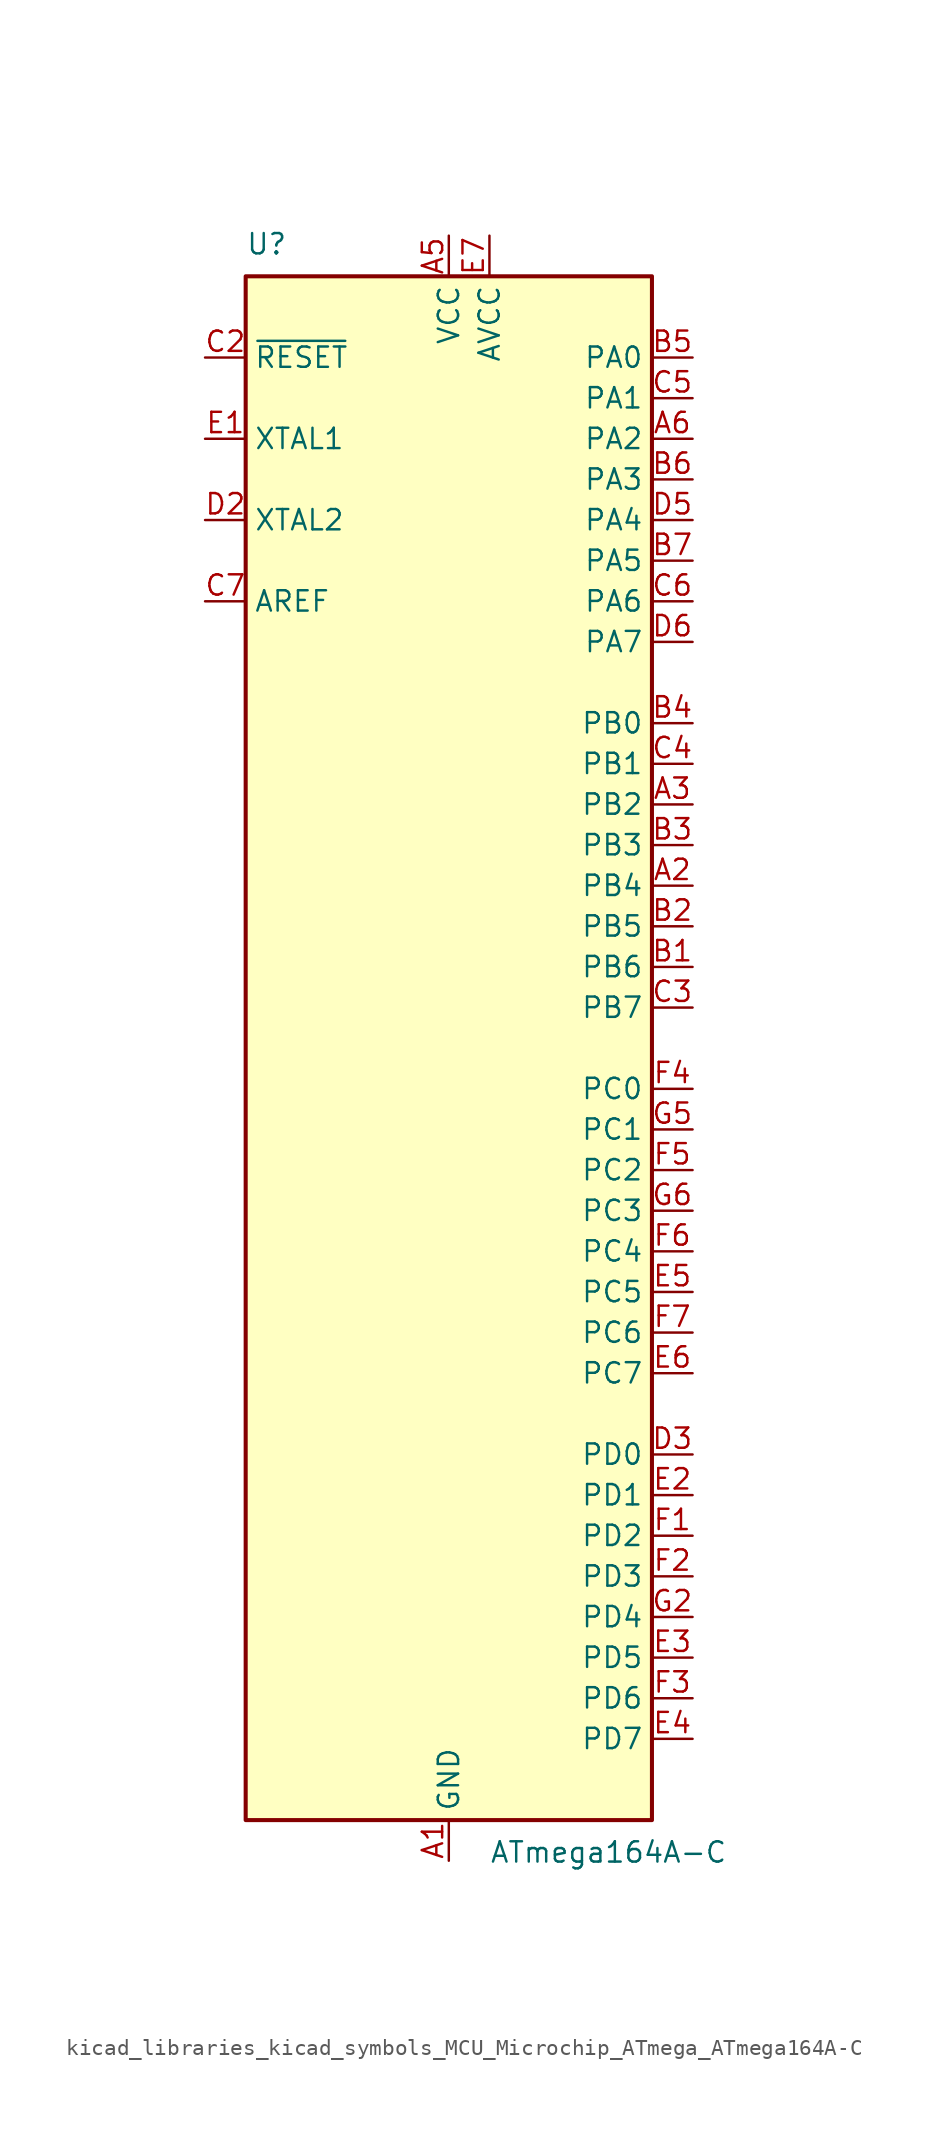
<source format=kicad_sym>
(kicad_symbol_lib
  (version 20220914)
  (generator kicad_symbol_editor)
  (symbol "kicad_libraries_kicad_symbols_MCU_Microchip_ATmega_ATmega164A-C"
    (property "Reference" "U"
      (at -12.7 49.53 0)
      (effects (font (size 1.27 1.27)) (justify left bottom)))
    (property "Value" "ATmega164A-C"
      (at 2.54 -49.53 0)
      (effects (font (size 1.27 1.27)) (justify left top)))
    (symbol "kicad_libraries_kicad_symbols_MCU_Microchip_ATmega_ATmega164A-C_0_1"
      (rectangle (start -12.7 -48.26) (end 12.7 48.26) (stroke (width 0.254) (type default)) (fill (type background))))
    (symbol "kicad_libraries_kicad_symbols_MCU_Microchip_ATmega_ATmega164A-C_1_1"
      (pin power_in line (at 0 -50.8 90) (length 2.54) (name "GND" (effects (font (size 1.27 1.27)))) (number "A1" (effects (font (size 1.27 1.27)))))
      (pin bidirectional line (at 15.24 10.16 180) (length 2.54) (name "PB4" (effects (font (size 1.27 1.27)))) (number "A2" (effects (font (size 1.27 1.27)))))
      (pin bidirectional line (at 15.24 15.24 180) (length 2.54) (name "PB2" (effects (font (size 1.27 1.27)))) (number "A3" (effects (font (size 1.27 1.27)))))
      (pin passive line (at 0 -50.8 90) (length 2.54) hide (name "GND" (effects (font (size 1.27 1.27)))) (number "A4" (effects (font (size 1.27 1.27)))))
      (pin power_in line (at 0 50.8 270) (length 2.54) (name "VCC" (effects (font (size 1.27 1.27)))) (number "A5" (effects (font (size 1.27 1.27)))))
      (pin bidirectional line (at 15.24 38.1 180) (length 2.54) (name "PA2" (effects (font (size 1.27 1.27)))) (number "A6" (effects (font (size 1.27 1.27)))))
      (pin passive line (at 0 -50.8 90) (length 2.54) hide (name "GND" (effects (font (size 1.27 1.27)))) (number "A7" (effects (font (size 1.27 1.27)))))
      (pin bidirectional line (at 15.24 5.08 180) (length 2.54) (name "PB6" (effects (font (size 1.27 1.27)))) (number "B1" (effects (font (size 1.27 1.27)))))
      (pin bidirectional line (at 15.24 7.62 180) (length 2.54) (name "PB5" (effects (font (size 1.27 1.27)))) (number "B2" (effects (font (size 1.27 1.27)))))
      (pin bidirectional line (at 15.24 12.7 180) (length 2.54) (name "PB3" (effects (font (size 1.27 1.27)))) (number "B3" (effects (font (size 1.27 1.27)))))
      (pin bidirectional line (at 15.24 20.32 180) (length 2.54) (name "PB0" (effects (font (size 1.27 1.27)))) (number "B4" (effects (font (size 1.27 1.27)))))
      (pin bidirectional line (at 15.24 43.18 180) (length 2.54) (name "PA0" (effects (font (size 1.27 1.27)))) (number "B5" (effects (font (size 1.27 1.27)))))
      (pin bidirectional line (at 15.24 35.56 180) (length 2.54) (name "PA3" (effects (font (size 1.27 1.27)))) (number "B6" (effects (font (size 1.27 1.27)))))
      (pin bidirectional line (at 15.24 30.48 180) (length 2.54) (name "PA5" (effects (font (size 1.27 1.27)))) (number "B7" (effects (font (size 1.27 1.27)))))
      (pin passive line (at 0 50.8 270) (length 2.54) hide (name "VCC" (effects (font (size 1.27 1.27)))) (number "C1" (effects (font (size 1.27 1.27)))))
      (pin input line (at -15.24 43.18 0) (length 2.54) (name "~{RESET}" (effects (font (size 1.27 1.27)))) (number "C2" (effects (font (size 1.27 1.27)))))
      (pin bidirectional line (at 15.24 2.54 180) (length 2.54) (name "PB7" (effects (font (size 1.27 1.27)))) (number "C3" (effects (font (size 1.27 1.27)))))
      (pin bidirectional line (at 15.24 17.78 180) (length 2.54) (name "PB1" (effects (font (size 1.27 1.27)))) (number "C4" (effects (font (size 1.27 1.27)))))
      (pin bidirectional line (at 15.24 40.64 180) (length 2.54) (name "PA1" (effects (font (size 1.27 1.27)))) (number "C5" (effects (font (size 1.27 1.27)))))
      (pin bidirectional line (at 15.24 27.94 180) (length 2.54) (name "PA6" (effects (font (size 1.27 1.27)))) (number "C6" (effects (font (size 1.27 1.27)))))
      (pin passive line (at -15.24 27.94 0) (length 2.54) (name "AREF" (effects (font (size 1.27 1.27)))) (number "C7" (effects (font (size 1.27 1.27)))))
      (pin passive line (at 0 -50.8 90) (length 2.54) hide (name "GND" (effects (font (size 1.27 1.27)))) (number "D1" (effects (font (size 1.27 1.27)))))
      (pin output line (at -15.24 33.02 0) (length 2.54) (name "XTAL2" (effects (font (size 1.27 1.27)))) (number "D2" (effects (font (size 1.27 1.27)))))
      (pin bidirectional line (at 15.24 -25.4 180) (length 2.54) (name "PD0" (effects (font (size 1.27 1.27)))) (number "D3" (effects (font (size 1.27 1.27)))))
      (pin passive line (at 0 -50.8 90) (length 2.54) hide (name "GND" (effects (font (size 1.27 1.27)))) (number "D4" (effects (font (size 1.27 1.27)))))
      (pin bidirectional line (at 15.24 33.02 180) (length 2.54) (name "PA4" (effects (font (size 1.27 1.27)))) (number "D5" (effects (font (size 1.27 1.27)))))
      (pin bidirectional line (at 15.24 25.4 180) (length 2.54) (name "PA7" (effects (font (size 1.27 1.27)))) (number "D6" (effects (font (size 1.27 1.27)))))
      (pin passive line (at 0 -50.8 90) (length 2.54) hide (name "GND" (effects (font (size 1.27 1.27)))) (number "D7" (effects (font (size 1.27 1.27)))))
      (pin input line (at -15.24 38.1 0) (length 2.54) (name "XTAL1" (effects (font (size 1.27 1.27)))) (number "E1" (effects (font (size 1.27 1.27)))))
      (pin bidirectional line (at 15.24 -27.94 180) (length 2.54) (name "PD1" (effects (font (size 1.27 1.27)))) (number "E2" (effects (font (size 1.27 1.27)))))
      (pin bidirectional line (at 15.24 -38.1 180) (length 2.54) (name "PD5" (effects (font (size 1.27 1.27)))) (number "E3" (effects (font (size 1.27 1.27)))))
      (pin bidirectional line (at 15.24 -43.18 180) (length 2.54) (name "PD7" (effects (font (size 1.27 1.27)))) (number "E4" (effects (font (size 1.27 1.27)))))
      (pin bidirectional line (at 15.24 -15.24 180) (length 2.54) (name "PC5" (effects (font (size 1.27 1.27)))) (number "E5" (effects (font (size 1.27 1.27)))))
      (pin bidirectional line (at 15.24 -20.32 180) (length 2.54) (name "PC7" (effects (font (size 1.27 1.27)))) (number "E6" (effects (font (size 1.27 1.27)))))
      (pin power_in line (at 2.54 50.8 270) (length 2.54) (name "AVCC" (effects (font (size 1.27 1.27)))) (number "E7" (effects (font (size 1.27 1.27)))))
      (pin bidirectional line (at 15.24 -30.48 180) (length 2.54) (name "PD2" (effects (font (size 1.27 1.27)))) (number "F1" (effects (font (size 1.27 1.27)))))
      (pin bidirectional line (at 15.24 -33.02 180) (length 2.54) (name "PD3" (effects (font (size 1.27 1.27)))) (number "F2" (effects (font (size 1.27 1.27)))))
      (pin bidirectional line (at 15.24 -40.64 180) (length 2.54) (name "PD6" (effects (font (size 1.27 1.27)))) (number "F3" (effects (font (size 1.27 1.27)))))
      (pin bidirectional line (at 15.24 -2.54 180) (length 2.54) (name "PC0" (effects (font (size 1.27 1.27)))) (number "F4" (effects (font (size 1.27 1.27)))))
      (pin bidirectional line (at 15.24 -7.62 180) (length 2.54) (name "PC2" (effects (font (size 1.27 1.27)))) (number "F5" (effects (font (size 1.27 1.27)))))
      (pin bidirectional line (at 15.24 -12.7 180) (length 2.54) (name "PC4" (effects (font (size 1.27 1.27)))) (number "F6" (effects (font (size 1.27 1.27)))))
      (pin bidirectional line (at 15.24 -17.78 180) (length 2.54) (name "PC6" (effects (font (size 1.27 1.27)))) (number "F7" (effects (font (size 1.27 1.27)))))
      (pin passive line (at 0 -50.8 90) (length 2.54) hide (name "GND" (effects (font (size 1.27 1.27)))) (number "G1" (effects (font (size 1.27 1.27)))))
      (pin bidirectional line (at 15.24 -35.56 180) (length 2.54) (name "PD4" (effects (font (size 1.27 1.27)))) (number "G2" (effects (font (size 1.27 1.27)))))
      (pin passive line (at 0 50.8 270) (length 2.54) hide (name "VCC" (effects (font (size 1.27 1.27)))) (number "G3" (effects (font (size 1.27 1.27)))))
      (pin passive line (at 0 -50.8 90) (length 2.54) hide (name "GND" (effects (font (size 1.27 1.27)))) (number "G4" (effects (font (size 1.27 1.27)))))
      (pin bidirectional line (at 15.24 -5.08 180) (length 2.54) (name "PC1" (effects (font (size 1.27 1.27)))) (number "G5" (effects (font (size 1.27 1.27)))))
      (pin bidirectional line (at 15.24 -10.16 180) (length 2.54) (name "PC3" (effects (font (size 1.27 1.27)))) (number "G6" (effects (font (size 1.27 1.27)))))
      (pin passive line (at 0 -50.8 90) (length 2.54) hide (name "GND" (effects (font (size 1.27 1.27)))) (number "G7" (effects (font (size 1.27 1.27))))))))
</source>
